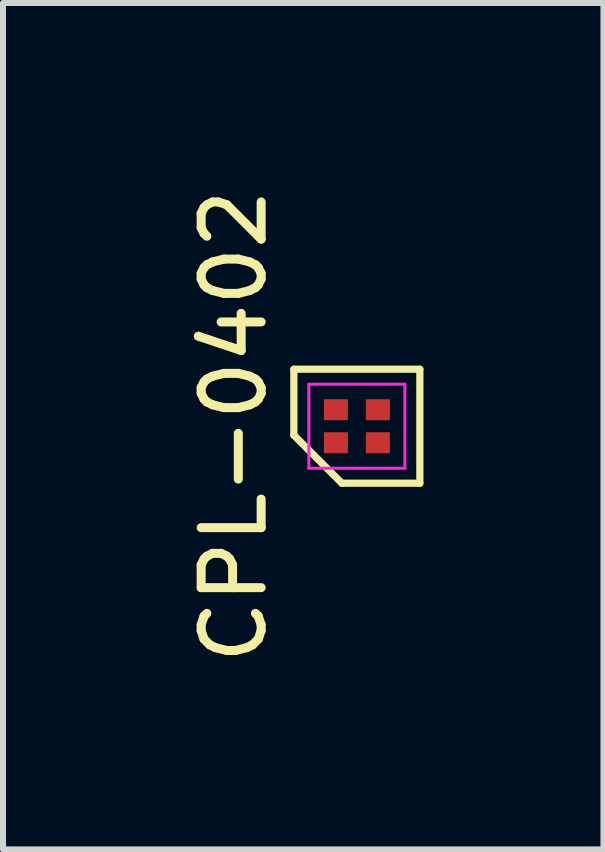
<source format=kicad_pcb>
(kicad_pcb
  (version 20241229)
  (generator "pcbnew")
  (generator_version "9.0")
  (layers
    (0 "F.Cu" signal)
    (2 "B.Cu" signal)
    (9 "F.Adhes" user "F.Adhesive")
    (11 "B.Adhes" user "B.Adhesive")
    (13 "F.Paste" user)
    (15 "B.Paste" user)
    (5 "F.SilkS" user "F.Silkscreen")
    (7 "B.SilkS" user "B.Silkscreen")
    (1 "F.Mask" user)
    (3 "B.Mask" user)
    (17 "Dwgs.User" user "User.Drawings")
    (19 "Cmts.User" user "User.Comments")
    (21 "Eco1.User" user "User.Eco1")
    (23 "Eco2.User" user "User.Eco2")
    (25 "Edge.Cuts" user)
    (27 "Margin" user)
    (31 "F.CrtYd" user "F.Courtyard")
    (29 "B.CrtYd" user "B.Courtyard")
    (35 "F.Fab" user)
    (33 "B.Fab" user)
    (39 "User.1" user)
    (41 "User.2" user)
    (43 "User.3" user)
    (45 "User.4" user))
  (footprint "CPL-0402"
    (layer "F.Cu")
    (at 2.898 4.054)
    (property "Reference" "CPL-0402" (at -2.05 0 90) (layer "F.SilkS") (effects (font (size 1 1) (thickness 0.15))))
    (attr smd)
    (fp_line (start -1.05 -0.95) (end 1.05 -0.95) (stroke (width 0.12) (type solid)) (layer "F.SilkS"))
    (fp_line (start -1.05 0.15) (end -1.05 -0.95) (stroke (width 0.12) (type solid)) (layer "F.SilkS"))
    (fp_line (start -0.25 0.95) (end -1.05 0.15) (stroke (width 0.12) (type solid)) (layer "F.SilkS"))
    (fp_line (start 1.05 -0.95) (end 1.05 0.95) (stroke (width 0.12) (type solid)) (layer "F.SilkS"))
    (fp_line (start 1.05 0.95) (end -0.25 0.95) (stroke (width 0.12) (type solid)) (layer "F.SilkS"))
    (fp_line (start -0.8 -0.7) (end 0.8 -0.7) (stroke (width 0.05) (type solid)) (layer "F.CrtYd"))
    (fp_line (start -0.8 0.7) (end -0.8 -0.7) (stroke (width 0.05) (type solid)) (layer "F.CrtYd"))
    (fp_line (start 0.8 -0.7) (end 0.8 0.7) (stroke (width 0.05) (type solid)) (layer "F.CrtYd"))
    (fp_line (start 0.8 0.7) (end -0.8 0.7) (stroke (width 0.05) (type solid)) (layer "F.CrtYd"))
    (pad "1" smd rect (at -0.35 0.275) (size 0.4 0.35) (layers "F.Cu" "F.Mask" "F.Paste"))
    (pad "2" smd rect (at 0.35 0.275) (size 0.4 0.35) (layers "F.Cu" "F.Mask" "F.Paste"))
    (pad "3" smd rect (at 0.35 -0.275) (size 0.4 0.35) (layers "F.Cu" "F.Mask" "F.Paste"))
    (pad "4" smd rect (at -0.35 -0.275) (size 0.4 0.35) (layers "F.Cu" "F.Mask" "F.Paste")))
  (gr_rect
    (start -3 -3)
    (end 7.008 11.107)
    (stroke (width 0.1) (type default))
    (fill no)
    (layer "Edge.Cuts")))
</source>
